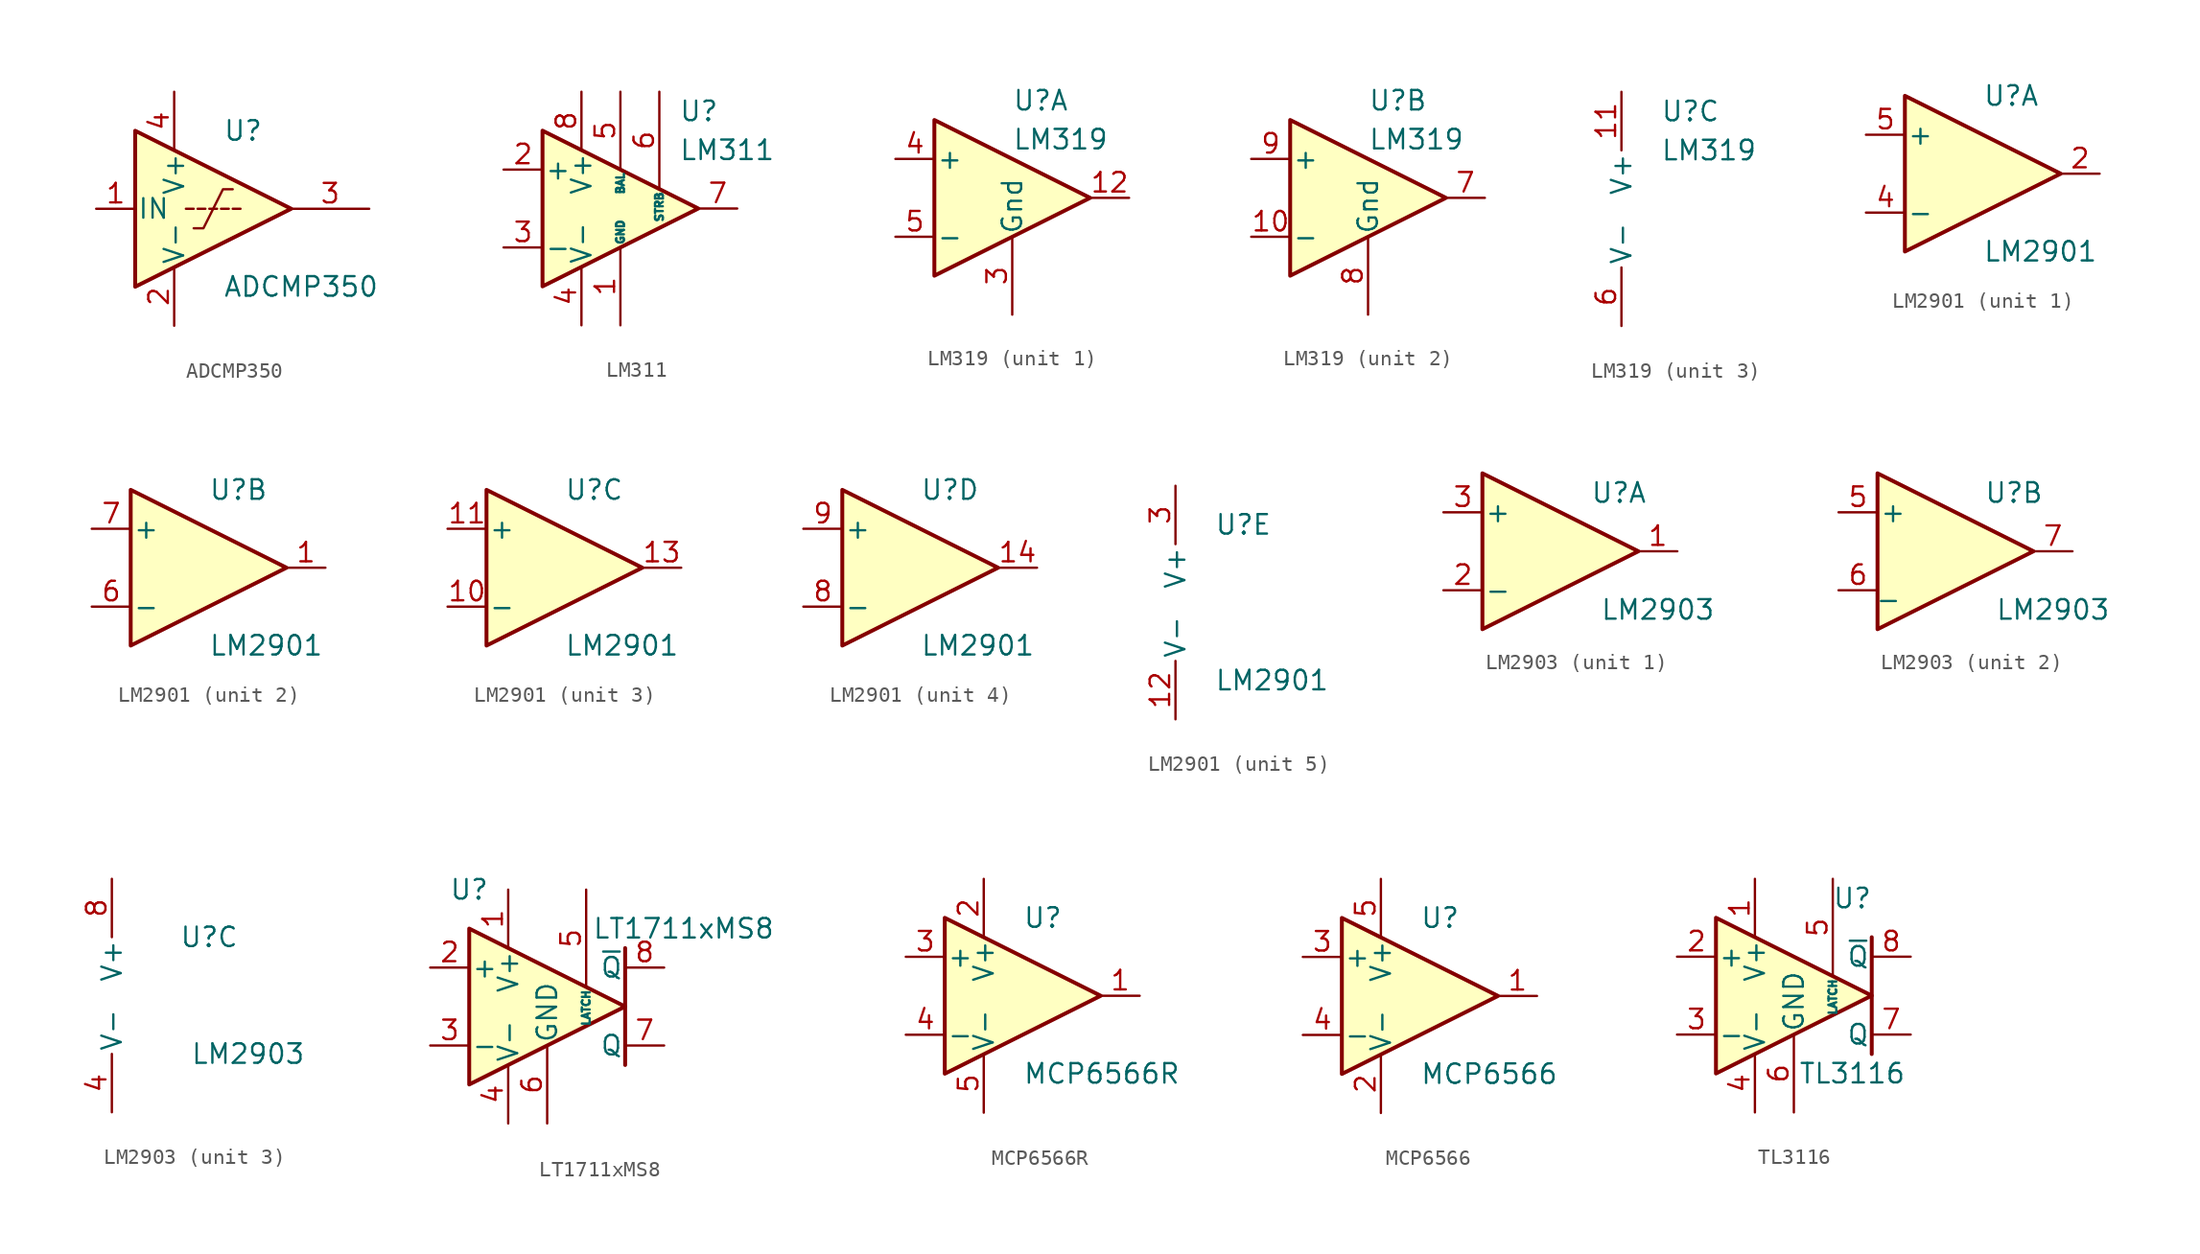
<source format=kicad_sym>
(kicad_symbol_lib
  (version 20201005)
  (generator kicad_symbol_editor)
  (symbol "ADCMP350"
    (pin_names
      (offset 0.127))
    (property "Reference" "U"
      (at 3.175 5.08 0)
      (effects (font (size 1.27 1.27)) (justify left)))
    (property "Value" "ADCMP350"
      (at 3.175 -5.08 0)
      (effects (font (size 1.27 1.27)) (justify left)))
    (symbol "ADCMP350_0_1"
      (polyline (pts (xy 1.27 0) (xy 0.762 0)) (stroke (width 0)) (fill (type none)))
      (polyline (pts (xy 2.032 0) (xy 1.524 0)) (stroke (width 0)) (fill (type none)))
      (polyline (pts (xy 2.286 0) (xy 2.794 0)) (stroke (width 0)) (fill (type none)))
      (polyline (pts (xy 3.048 0) (xy 3.556 0)) (stroke (width 0)) (fill (type none)))
      (polyline (pts (xy 3.81 0) (xy 4.318 0)) (stroke (width 0)) (fill (type none)))
      (polyline (pts (xy -2.54 5.08) (xy 7.62 0) (xy -2.54 -5.08) (xy -2.54 5.08)) (stroke (width 0.254)) (fill (type background)))
      (polyline (pts (xy 1.27 -1.27) (xy 1.905 -1.27) (xy 3.175 1.27) (xy 3.81 1.27)) (stroke (width 0)) (fill (type none))))
    (symbol "ADCMP350_1_1"
      (pin input line (at -5.08 0 0) (length 2.54) (name "IN" (effects (font (size 1.27 1.27)))) (number "1" (effects (font (size 1.27 1.27)))))
      (pin power_in line (at 0 -7.62 90) (length 3.81) (name "V-" (effects (font (size 1.27 1.27)))) (number "2" (effects (font (size 1.27 1.27)))))
      (pin open_collector line (at 12.7 0 180) (length 5.08) (name "~" (effects (font (size 1.27 1.27)))) (number "3" (effects (font (size 1.27 1.27)))))
      (pin power_in line (at 0 7.62 270) (length 3.81) (name "V+" (effects (font (size 1.27 1.27)))) (number "4" (effects (font (size 1.27 1.27)))))))
  (symbol "LM311"
    (pin_names
      (offset 0.127))
    (property "Reference" "U"
      (at 3.81 6.35 0)
      (effects (font (size 1.27 1.27)) (justify left)))
    (property "Value" "LM311"
      (at 3.81 3.81 0)
      (effects (font (size 1.27 1.27)) (justify left)))
    (symbol "LM311_0_1"
      (polyline (pts (xy 5.08 0) (xy -5.08 5.08) (xy -5.08 -5.08) (xy 5.08 0)) (stroke (width 0.254)) (fill (type background))))
    (symbol "LM311_1_1"
      (pin open_emitter line (at 0 -7.62 90) (length 5.08) (name "GND" (effects (font (size 0.508 0.508)))) (number "1" (effects (font (size 1.27 1.27)))))
      (pin input line (at -7.62 2.54 0) (length 2.54) (name "+" (effects (font (size 1.27 1.27)))) (number "2" (effects (font (size 1.27 1.27)))))
      (pin input line (at -7.62 -2.54 0) (length 2.54) (name "-" (effects (font (size 1.27 1.27)))) (number "3" (effects (font (size 1.27 1.27)))))
      (pin power_in line (at -2.54 -7.62 90) (length 3.81) (name "V-" (effects (font (size 1.27 1.27)))) (number "4" (effects (font (size 1.27 1.27)))))
      (pin passive line (at 0 7.62 270) (length 5.08) (name "BAL" (effects (font (size 0.508 0.508)))) (number "5" (effects (font (size 1.27 1.27)))))
      (pin passive line (at 2.54 7.62 270) (length 6.35) (name "STRB" (effects (font (size 0.508 0.508)))) (number "6" (effects (font (size 1.27 1.27)))))
      (pin open_collector line (at 7.62 0 180) (length 2.54) (name "~" (effects (font (size 1.27 1.27)))) (number "7" (effects (font (size 1.27 1.27)))))
      (pin power_in line (at -2.54 7.62 270) (length 3.81) (name "V+" (effects (font (size 1.27 1.27)))) (number "8" (effects (font (size 1.27 1.27)))))))
  (symbol "LM319"
    (pin_names
      (offset 0.127))
    (property "Reference" "U"
      (at 0 6.35 0)
      (effects (font (size 1.27 1.27)) (justify left)))
    (property "Value" "LM319"
      (at 0 3.81 0)
      (effects (font (size 1.27 1.27)) (justify left)))
    (property "ki_locked" ""
      (at 0 0 0)
      (effects (font (size 1.27 1.27))))
    (symbol "LM319_1_1"
      (polyline (pts (xy -5.08 5.08) (xy 5.08 0) (xy -5.08 -5.08) (xy -5.08 5.08) (xy -5.08 5.08)) (stroke (width 0.254)) (fill (type background)))
      (pin no_connect line (at 0 -2.54 90) (length 2.54) hide (name "NC" (effects (font (size 1.27 1.27)))) (number "1" (effects (font (size 1.27 1.27)))))
      (pin open_collector line (at 7.62 0 180) (length 2.54) (name "~" (effects (font (size 1.27 1.27)))) (number "12" (effects (font (size 1.27 1.27)))))
      (pin no_connect line (at 0 2.54 270) (length 2.54) hide (name "NC" (effects (font (size 1.27 1.27)))) (number "2" (effects (font (size 1.27 1.27)))))
      (pin open_emitter line (at 0 -7.62 90) (length 5.08) (name "Gnd" (effects (font (size 1.27 1.27)))) (number "3" (effects (font (size 1.27 1.27)))))
      (pin input line (at -7.62 2.54 0) (length 2.54) (name "+" (effects (font (size 1.27 1.27)))) (number "4" (effects (font (size 1.27 1.27)))))
      (pin input line (at -7.62 -2.54 0) (length 2.54) (name "-" (effects (font (size 1.27 1.27)))) (number "5" (effects (font (size 1.27 1.27))))))
    (symbol "LM319_2_1"
      (polyline (pts (xy -5.08 5.08) (xy 5.08 0) (xy -5.08 -5.08) (xy -5.08 5.08) (xy -5.08 5.08)) (stroke (width 0.254)) (fill (type background)))
      (pin input line (at -7.62 -2.54 0) (length 2.54) (name "-" (effects (font (size 1.27 1.27)))) (number "10" (effects (font (size 1.27 1.27)))))
      (pin no_connect line (at 0 -2.54 90) (length 2.54) hide (name "NC" (effects (font (size 1.27 1.27)))) (number "13" (effects (font (size 1.27 1.27)))))
      (pin no_connect line (at 0 2.54 270) (length 2.54) hide (name "NC" (effects (font (size 1.27 1.27)))) (number "14" (effects (font (size 1.27 1.27)))))
      (pin open_collector line (at 7.62 0 180) (length 2.54) (name "~" (effects (font (size 1.27 1.27)))) (number "7" (effects (font (size 1.27 1.27)))))
      (pin open_emitter line (at 0 -7.62 90) (length 5.08) (name "Gnd" (effects (font (size 1.27 1.27)))) (number "8" (effects (font (size 1.27 1.27)))))
      (pin input line (at -7.62 2.54 0) (length 2.54) (name "+" (effects (font (size 1.27 1.27)))) (number "9" (effects (font (size 1.27 1.27))))))
    (symbol "LM319_3_1"
      (pin power_in line (at -2.54 7.62 270) (length 3.81) (name "V+" (effects (font (size 1.27 1.27)))) (number "11" (effects (font (size 1.27 1.27)))))
      (pin power_in line (at -2.54 -7.62 90) (length 3.81) (name "V-" (effects (font (size 1.27 1.27)))) (number "6" (effects (font (size 1.27 1.27)))))))
  (symbol "LM2901"
    (pin_names
      (offset 0.127))
    (property "Reference" "U"
      (at 0 5.08 0)
      (effects (font (size 1.27 1.27)) (justify left)))
    (property "Value" "LM2901"
      (at 0 -5.08 0)
      (effects (font (size 1.27 1.27)) (justify left)))
    (property "ki_locked" ""
      (at 0 0 0)
      (effects (font (size 1.27 1.27))))
    (symbol "LM2901_1_1"
      (polyline (pts (xy -5.08 5.08) (xy 5.08 0) (xy -5.08 -5.08) (xy -5.08 5.08)) (stroke (width 0.254)) (fill (type background)))
      (pin open_collector line (at 7.62 0 180) (length 2.54) (name "~" (effects (font (size 1.27 1.27)))) (number "2" (effects (font (size 1.27 1.27)))))
      (pin input line (at -7.62 -2.54 0) (length 2.54) (name "-" (effects (font (size 1.27 1.27)))) (number "4" (effects (font (size 1.27 1.27)))))
      (pin input line (at -7.62 2.54 0) (length 2.54) (name "+" (effects (font (size 1.27 1.27)))) (number "5" (effects (font (size 1.27 1.27))))))
    (symbol "LM2901_2_1"
      (polyline (pts (xy -5.08 5.08) (xy 5.08 0) (xy -5.08 -5.08) (xy -5.08 5.08)) (stroke (width 0.254)) (fill (type background)))
      (pin open_collector line (at 7.62 0 180) (length 2.54) (name "~" (effects (font (size 1.27 1.27)))) (number "1" (effects (font (size 1.27 1.27)))))
      (pin input line (at -7.62 -2.54 0) (length 2.54) (name "-" (effects (font (size 1.27 1.27)))) (number "6" (effects (font (size 1.27 1.27)))))
      (pin input line (at -7.62 2.54 0) (length 2.54) (name "+" (effects (font (size 1.27 1.27)))) (number "7" (effects (font (size 1.27 1.27))))))
    (symbol "LM2901_3_1"
      (polyline (pts (xy -5.08 5.08) (xy 5.08 0) (xy -5.08 -5.08) (xy -5.08 5.08)) (stroke (width 0.254)) (fill (type background)))
      (pin input line (at -7.62 -2.54 0) (length 2.54) (name "-" (effects (font (size 1.27 1.27)))) (number "10" (effects (font (size 1.27 1.27)))))
      (pin input line (at -7.62 2.54 0) (length 2.54) (name "+" (effects (font (size 1.27 1.27)))) (number "11" (effects (font (size 1.27 1.27)))))
      (pin open_collector line (at 7.62 0 180) (length 2.54) (name "~" (effects (font (size 1.27 1.27)))) (number "13" (effects (font (size 1.27 1.27))))))
    (symbol "LM2901_4_1"
      (polyline (pts (xy -5.08 5.08) (xy 5.08 0) (xy -5.08 -5.08) (xy -5.08 5.08)) (stroke (width 0.254)) (fill (type background)))
      (pin open_collector line (at 7.62 0 180) (length 2.54) (name "~" (effects (font (size 1.27 1.27)))) (number "14" (effects (font (size 1.27 1.27)))))
      (pin input line (at -7.62 -2.54 0) (length 2.54) (name "-" (effects (font (size 1.27 1.27)))) (number "8" (effects (font (size 1.27 1.27)))))
      (pin input line (at -7.62 2.54 0) (length 2.54) (name "+" (effects (font (size 1.27 1.27)))) (number "9" (effects (font (size 1.27 1.27))))))
    (symbol "LM2901_5_1"
      (pin power_in line (at -2.54 -7.62 90) (length 3.81) (name "V-" (effects (font (size 1.27 1.27)))) (number "12" (effects (font (size 1.27 1.27)))))
      (pin power_in line (at -2.54 7.62 270) (length 3.81) (name "V+" (effects (font (size 1.27 1.27)))) (number "3" (effects (font (size 1.27 1.27)))))))
  (symbol "LM2903"
    (pin_names
      (offset 0.127))
    (property "Reference" "U"
      (at 3.81 3.81 0)
      (effects (font (size 1.27 1.27))))
    (property "Value" "LM2903"
      (at 6.35 -3.81 0)
      (effects (font (size 1.27 1.27))))
    (property "ki_locked" ""
      (at 0 0 0)
      (effects (font (size 1.27 1.27))))
    (symbol "LM2903_1_1"
      (polyline (pts (xy -5.08 5.08) (xy 5.08 0) (xy -5.08 -5.08) (xy -5.08 5.08)) (stroke (width 0.254)) (fill (type background)))
      (pin open_collector line (at 7.62 0 180) (length 2.54) (name "~" (effects (font (size 1.27 1.27)))) (number "1" (effects (font (size 1.27 1.27)))))
      (pin input line (at -7.62 -2.54 0) (length 2.54) (name "-" (effects (font (size 1.27 1.27)))) (number "2" (effects (font (size 1.27 1.27)))))
      (pin input line (at -7.62 2.54 0) (length 2.54) (name "+" (effects (font (size 1.27 1.27)))) (number "3" (effects (font (size 1.27 1.27))))))
    (symbol "LM2903_2_1"
      (polyline (pts (xy -5.08 5.08) (xy 5.08 0) (xy -5.08 -5.08) (xy -5.08 5.08)) (stroke (width 0.254)) (fill (type background)))
      (pin input line (at -7.62 2.54 0) (length 2.54) (name "+" (effects (font (size 1.27 1.27)))) (number "5" (effects (font (size 1.27 1.27)))))
      (pin input line (at -7.62 -2.54 0) (length 2.54) (name "_" (effects (font (size 1.27 1.27)))) (number "6" (effects (font (size 1.27 1.27)))))
      (pin open_collector line (at 7.62 0 180) (length 2.54) (name "~" (effects (font (size 1.27 1.27)))) (number "7" (effects (font (size 1.27 1.27))))))
    (symbol "LM2903_3_1"
      (pin power_in line (at -2.54 -7.62 90) (length 3.81) (name "V-" (effects (font (size 1.27 1.27)))) (number "4" (effects (font (size 1.27 1.27)))))
      (pin power_in line (at -2.54 7.62 270) (length 3.81) (name "V+" (effects (font (size 1.27 1.27)))) (number "8" (effects (font (size 1.27 1.27)))))))
  (symbol "LT1711xMS8"
    (pin_names
      (offset 0.127))
    (property "Reference" "U"
      (at -5.08 7.62 0)
      (effects (font (size 1.27 1.27))))
    (property "Value" "LT1711xMS8"
      (at 8.89 5.08 0)
      (effects (font (size 1.27 1.27))))
    (symbol "LT1711xMS8_0_1"
      (polyline (pts (xy 5.08 3.81) (xy 5.08 -3.81)) (stroke (width 0.254)) (fill (type none)))
      (polyline (pts (xy -5.08 5.08) (xy 5.08 0) (xy -5.08 -5.08) (xy -5.08 5.08)) (stroke (width 0.254)) (fill (type background))))
    (symbol "LT1711xMS8_1_1"
      (pin power_in line (at -2.54 7.62 270) (length 3.81) (name "V+" (effects (font (size 1.27 1.27)))) (number "1" (effects (font (size 1.27 1.27)))))
      (pin input line (at -7.62 2.54 0) (length 2.54) (name "+" (effects (font (size 1.27 1.27)))) (number "2" (effects (font (size 1.27 1.27)))))
      (pin input line (at -7.62 -2.54 0) (length 2.54) (name "-" (effects (font (size 1.27 1.27)))) (number "3" (effects (font (size 1.27 1.27)))))
      (pin power_in line (at -2.54 -7.62 90) (length 3.81) (name "V-" (effects (font (size 1.27 1.27)))) (number "4" (effects (font (size 1.27 1.27)))))
      (pin input line (at 2.54 7.62 270) (length 6.35) (name "LATCH" (effects (font (size 0.508 0.508)))) (number "5" (effects (font (size 1.27 1.27)))))
      (pin power_in line (at 0 -7.62 90) (length 5.08) (name "GND" (effects (font (size 1.27 1.27)))) (number "6" (effects (font (size 1.27 1.27)))))
      (pin output line (at 7.62 -2.54 180) (length 2.54) (name "Q" (effects (font (size 1.27 1.27)))) (number "7" (effects (font (size 1.27 1.27)))))
      (pin output line (at 7.62 2.54 180) (length 2.54) (name "~Q" (effects (font (size 1.27 1.27)))) (number "8" (effects (font (size 1.27 1.27)))))))
  (symbol "MCP6566R"
    (pin_names
      (offset 0.127))
    (property "Reference" "U"
      (at 0 5.08 0)
      (effects (font (size 1.27 1.27)) (justify left)))
    (property "Value" "MCP6566R"
      (at 0 -5.08 0)
      (effects (font (size 1.27 1.27)) (justify left)))
    (symbol "MCP6566R_0_1"
      (polyline (pts (xy -5.08 5.08) (xy 5.08 0) (xy -5.08 -5.08) (xy -5.08 5.08)) (stroke (width 0.254)) (fill (type background)))
      (pin power_in line (at -2.54 7.62 270) (length 3.81) (name "V+" (effects (font (size 1.27 1.27)))) (number "2" (effects (font (size 1.27 1.27)))))
      (pin power_in line (at -2.54 -7.62 90) (length 3.81) (name "V-" (effects (font (size 1.27 1.27)))) (number "5" (effects (font (size 1.27 1.27))))))
    (symbol "MCP6566R_1_1"
      (pin open_collector line (at 7.62 0 180) (length 2.54) (name "~" (effects (font (size 1.27 1.27)))) (number "1" (effects (font (size 1.27 1.27)))))
      (pin input line (at -7.62 2.54 0) (length 2.54) (name "+" (effects (font (size 1.27 1.27)))) (number "3" (effects (font (size 1.27 1.27)))))
      (pin input line (at -7.62 -2.54 0) (length 2.54) (name "-" (effects (font (size 1.27 1.27)))) (number "4" (effects (font (size 1.27 1.27)))))))
  (symbol "MCP6566"
    (pin_names
      (offset 0.127))
    (property "Reference" "U"
      (at 0 5.08 0)
      (effects (font (size 1.27 1.27)) (justify left)))
    (property "Value" "MCP6566"
      (at 0 -5.08 0)
      (effects (font (size 1.27 1.27)) (justify left)))
    (symbol "MCP6566_0_1"
      (polyline (pts (xy -5.08 5.08) (xy 5.08 0) (xy -5.08 -5.08) (xy -5.08 5.08)) (stroke (width 0.254)) (fill (type background)))
      (pin power_in line (at -2.54 -7.62 90) (length 3.81) (name "V-" (effects (font (size 1.27 1.27)))) (number "2" (effects (font (size 1.27 1.27)))))
      (pin power_in line (at -2.54 7.62 270) (length 3.81) (name "V+" (effects (font (size 1.27 1.27)))) (number "5" (effects (font (size 1.27 1.27))))))
    (symbol "MCP6566_1_1"
      (pin open_collector line (at 7.62 0 180) (length 2.54) (name "~" (effects (font (size 1.27 1.27)))) (number "1" (effects (font (size 1.27 1.27)))))
      (pin input line (at -7.62 2.54 0) (length 2.54) (name "+" (effects (font (size 1.27 1.27)))) (number "3" (effects (font (size 1.27 1.27)))))
      (pin input line (at -7.62 -2.54 0) (length 2.54) (name "-" (effects (font (size 1.27 1.27)))) (number "4" (effects (font (size 1.27 1.27)))))))
  (symbol "TL3116"
    (pin_names
      (offset 0.127))
    (property "Reference" "U"
      (at 3.81 6.35 0)
      (effects (font (size 1.27 1.27))))
    (property "Value" "TL3116"
      (at 3.81 -5.08 0)
      (effects (font (size 1.27 1.27))))
    (symbol "TL3116_0_1"
      (polyline (pts (xy 5.08 3.81) (xy 5.08 -3.81)) (stroke (width 0.254)) (fill (type none)))
      (polyline (pts (xy -5.08 5.08) (xy 5.08 0) (xy -5.08 -5.08) (xy -5.08 5.08)) (stroke (width 0.254)) (fill (type background))))
    (symbol "TL3116_1_1"
      (pin power_in line (at -2.54 7.62 270) (length 3.81) (name "V+" (effects (font (size 1.27 1.27)))) (number "1" (effects (font (size 1.27 1.27)))))
      (pin input line (at -7.62 2.54 0) (length 2.54) (name "+" (effects (font (size 1.27 1.27)))) (number "2" (effects (font (size 1.27 1.27)))))
      (pin input line (at -7.62 -2.54 0) (length 2.54) (name "-" (effects (font (size 1.27 1.27)))) (number "3" (effects (font (size 1.27 1.27)))))
      (pin power_in line (at -2.54 -7.62 90) (length 3.81) (name "V-" (effects (font (size 1.27 1.27)))) (number "4" (effects (font (size 1.27 1.27)))))
      (pin input line (at 2.54 7.62 270) (length 6.35) (name "LATCH" (effects (font (size 0.508 0.508)))) (number "5" (effects (font (size 1.27 1.27)))))
      (pin power_in line (at 0 -7.62 90) (length 5.08) (name "GND" (effects (font (size 1.27 1.27)))) (number "6" (effects (font (size 1.27 1.27)))))
      (pin output line (at 7.62 -2.54 180) (length 2.54) (name "Q" (effects (font (size 1.27 1.27)))) (number "7" (effects (font (size 1.27 1.27)))))
      (pin output line (at 7.62 2.54 180) (length 2.54) (name "~Q" (effects (font (size 1.27 1.27)))) (number "8" (effects (font (size 1.27 1.27))))))))
</source>
